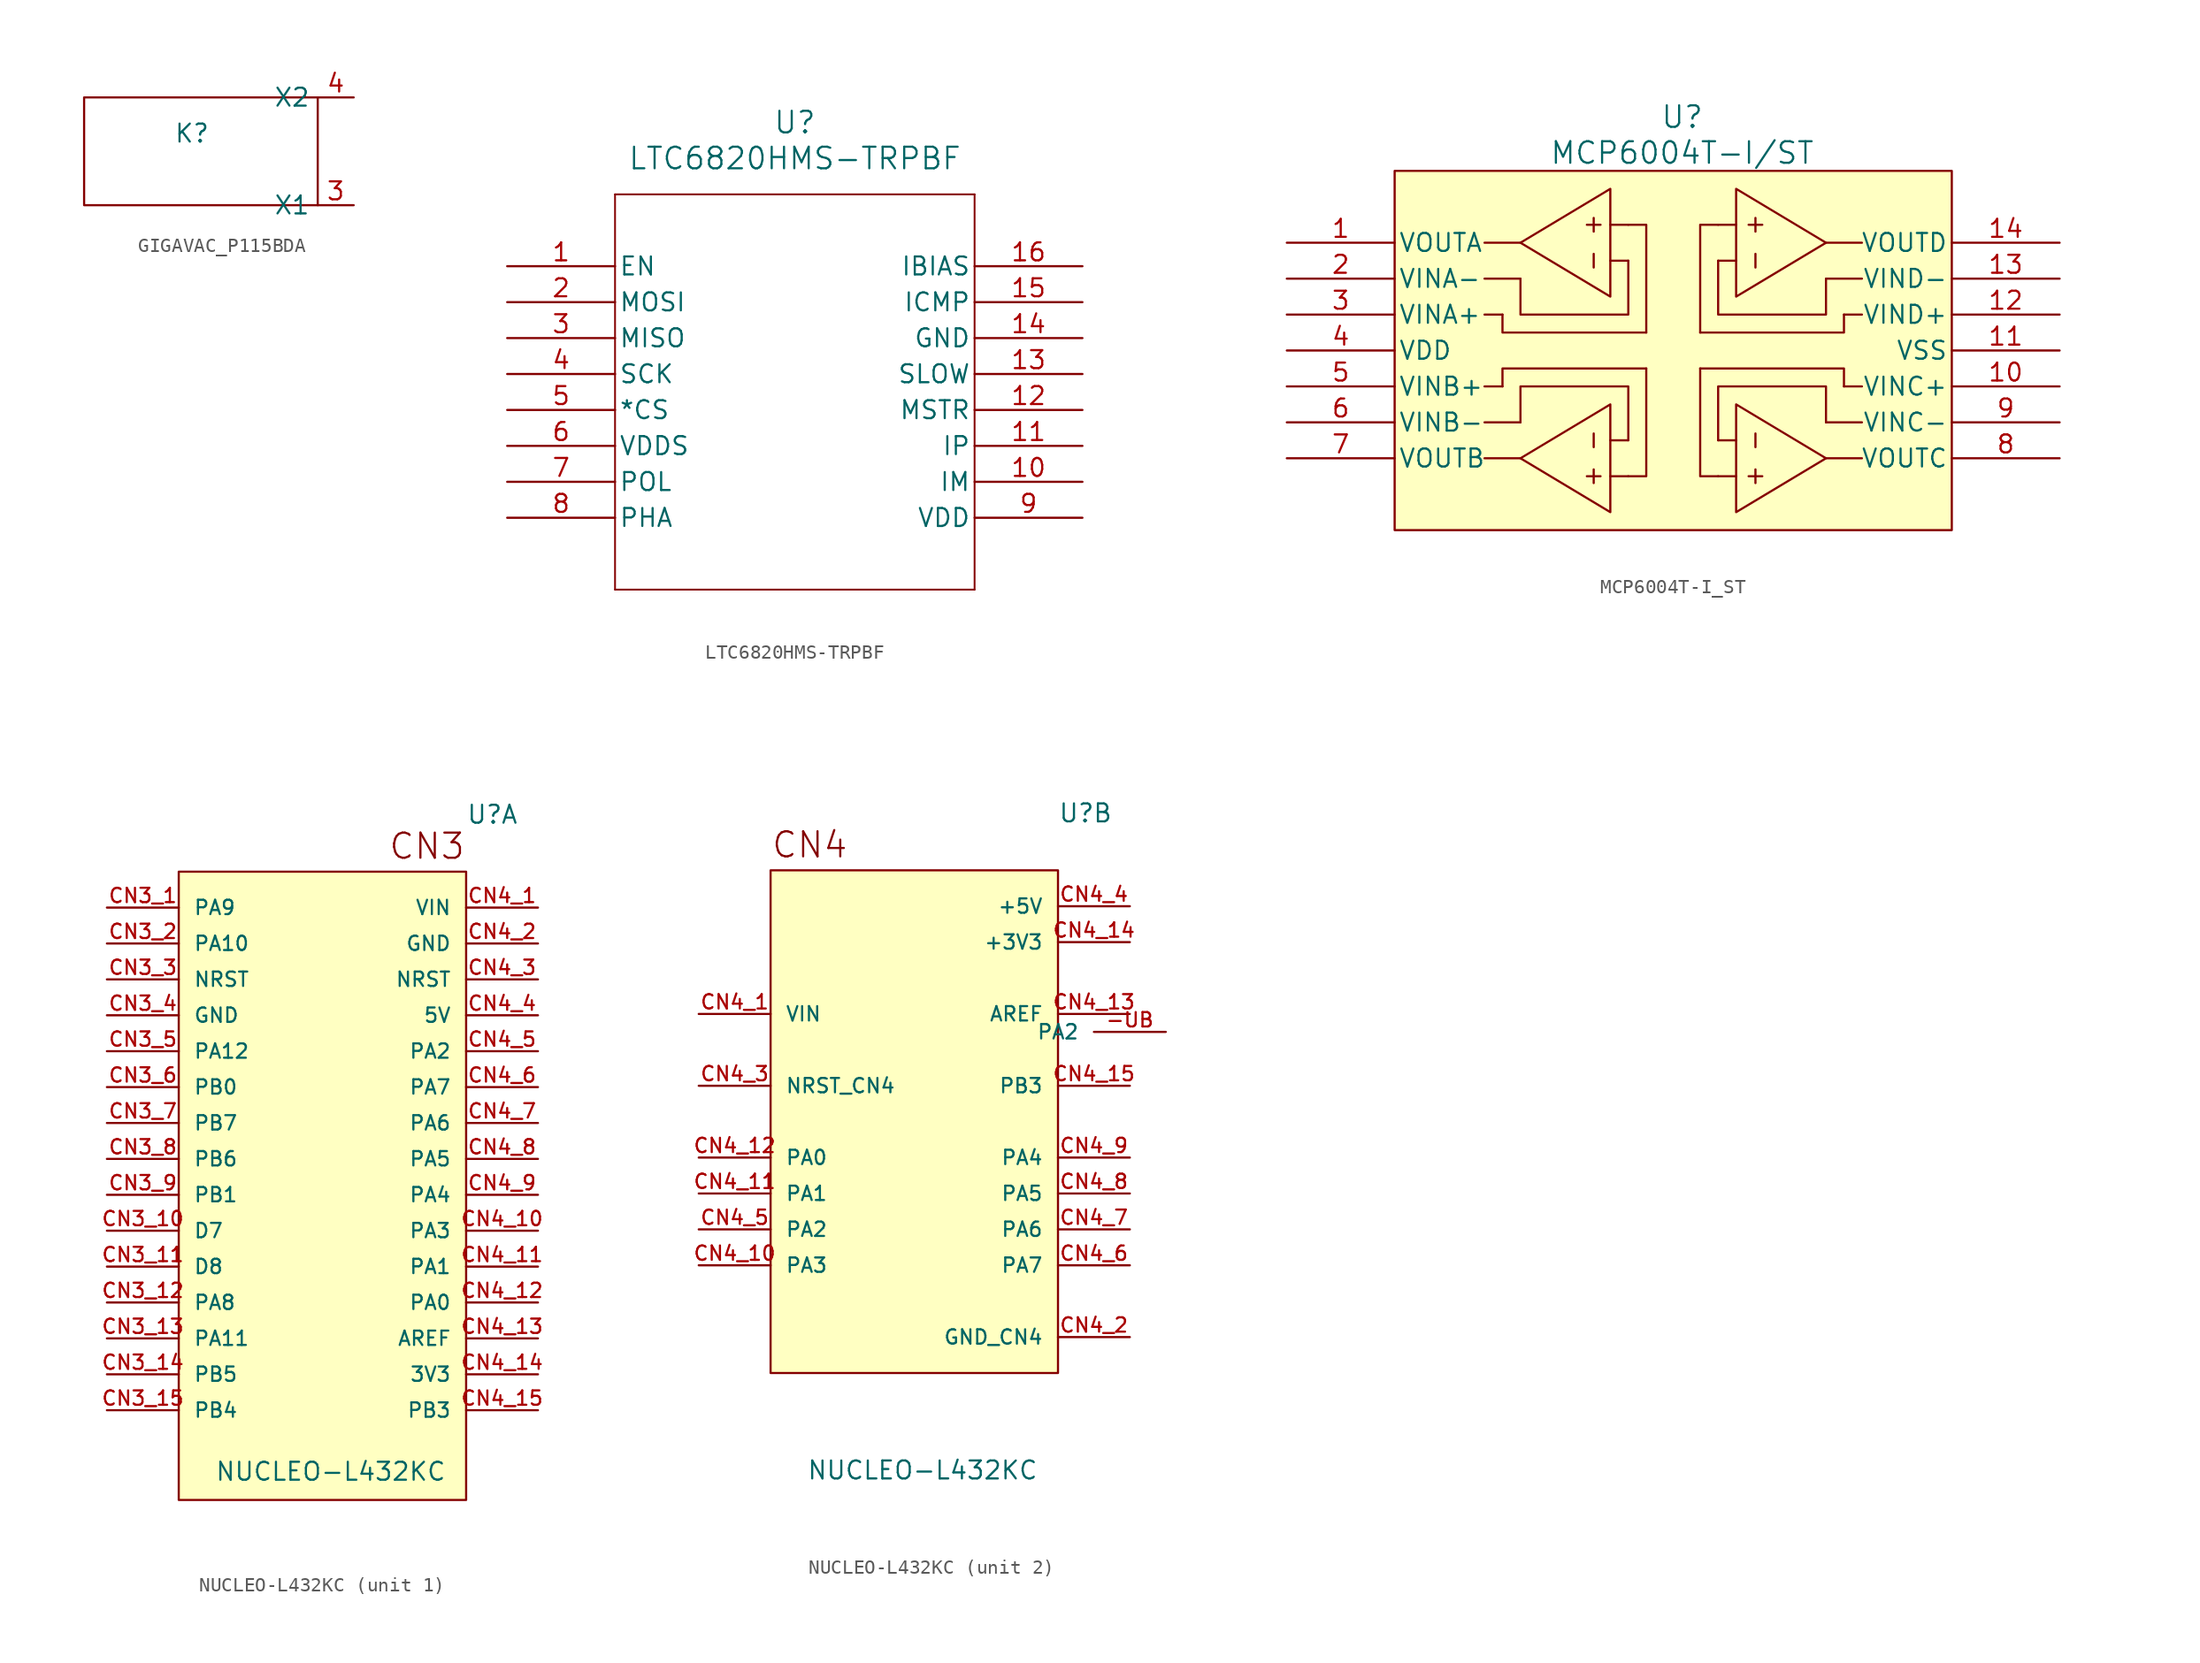
<source format=kicad_sym>
(kicad_symbol_lib
  (version 20220914)
  (generator kicad_symbol_editor)
  (symbol "GIGAVAC_P115BDA"
    (property "Reference" "K"
      (at 0 0 0)
      (effects (font (size 1.27 1.27))))
    (property "Value" ""
      (at 0 0 0)
      (effects (font (size 1.27 1.27))))
    (symbol "GIGAVAC_P115BDA_0_1"
      (rectangle (start -7.62 2.54) (end 8.89 -5.08) (stroke (width 0) (type default)) (fill (type none))))
    (symbol "GIGAVAC_P115BDA_1_1"
      (pin bidirectional line (at 11.43 -5.08 180) (length 2.54) (name "X1" (effects (font (size 1.27 1.27)))) (number "3" (effects (font (size 1.27 1.27)))))
      (pin bidirectional line (at 11.43 2.54 180) (length 2.54) (name "X2" (effects (font (size 1.27 1.27)))) (number "4" (effects (font (size 1.27 1.27)))))))
  (symbol "LTC6820HMS-TRPBF"
    (pin_names
      (offset 0.254))
    (property "Reference" "U"
      (at 20.32 10.16 0)
      (effects (font (size 1.524 1.524))))
    (property "Value" "LTC6820HMS-TRPBF"
      (at 20.32 7.62 0)
      (effects (font (size 1.524 1.524))))
    (symbol "LTC6820HMS-TRPBF_0_1"
      (polyline (pts (xy 7.62 -22.86) (xy 33.02 -22.86)) (stroke (width 0.127) (type default)) (fill (type none)))
      (polyline (pts (xy 7.62 5.08) (xy 7.62 -22.86)) (stroke (width 0.127) (type default)) (fill (type none)))
      (polyline (pts (xy 33.02 -22.86) (xy 33.02 5.08)) (stroke (width 0.127) (type default)) (fill (type none)))
      (polyline (pts (xy 33.02 5.08) (xy 7.62 5.08)) (stroke (width 0.127) (type default)) (fill (type none)))
      (pin input line (at 0 0 0) (length 7.62) (name "EN" (effects (font (size 1.27 1.27)))) (number "1" (effects (font (size 1.27 1.27)))))
      (pin bidirectional line (at 40.64 -15.24 180) (length 7.62) (name "IM" (effects (font (size 1.27 1.27)))) (number "10" (effects (font (size 1.27 1.27)))))
      (pin bidirectional line (at 40.64 -12.7 180) (length 7.62) (name "IP" (effects (font (size 1.27 1.27)))) (number "11" (effects (font (size 1.27 1.27)))))
      (pin input line (at 40.64 -10.16 180) (length 7.62) (name "MSTR" (effects (font (size 1.27 1.27)))) (number "12" (effects (font (size 1.27 1.27)))))
      (pin input line (at 40.64 -7.62 180) (length 7.62) (name "SLOW" (effects (font (size 1.27 1.27)))) (number "13" (effects (font (size 1.27 1.27)))))
      (pin power_out line (at 40.64 -5.08 180) (length 7.62) (name "GND" (effects (font (size 1.27 1.27)))) (number "14" (effects (font (size 1.27 1.27)))))
      (pin unspecified line (at 40.64 -2.54 180) (length 7.62) (name "ICMP" (effects (font (size 1.27 1.27)))) (number "15" (effects (font (size 1.27 1.27)))))
      (pin power_in line (at 40.64 0 180) (length 7.62) (name "IBIAS" (effects (font (size 1.27 1.27)))) (number "16" (effects (font (size 1.27 1.27)))))
      (pin bidirectional line (at 0 -2.54 0) (length 7.62) (name "MOSI" (effects (font (size 1.27 1.27)))) (number "2" (effects (font (size 1.27 1.27)))))
      (pin bidirectional line (at 0 -5.08 0) (length 7.62) (name "MISO" (effects (font (size 1.27 1.27)))) (number "3" (effects (font (size 1.27 1.27)))))
      (pin bidirectional line (at 0 -7.62 0) (length 7.62) (name "SCK" (effects (font (size 1.27 1.27)))) (number "4" (effects (font (size 1.27 1.27)))))
      (pin bidirectional line (at 0 -10.16 0) (length 7.62) (name "*CS" (effects (font (size 1.27 1.27)))) (number "5" (effects (font (size 1.27 1.27)))))
      (pin power_in line (at 0 -12.7 0) (length 7.62) (name "VDDS" (effects (font (size 1.27 1.27)))) (number "6" (effects (font (size 1.27 1.27)))))
      (pin input line (at 0 -15.24 0) (length 7.62) (name "POL" (effects (font (size 1.27 1.27)))) (number "7" (effects (font (size 1.27 1.27)))))
      (pin input line (at 0 -17.78 0) (length 7.62) (name "PHA" (effects (font (size 1.27 1.27)))) (number "8" (effects (font (size 1.27 1.27)))))
      (pin power_in line (at 40.64 -17.78 180) (length 7.62) (name "VDD" (effects (font (size 1.27 1.27)))) (number "9" (effects (font (size 1.27 1.27)))))))
  (symbol "MCP6004T-I_ST"
    (pin_names
      (offset 0.254))
    (property "Reference" "U"
      (at 20.32 3.81 0)
      (effects (font (size 1.524 1.524))))
    (property "Value" "MCP6004T-I/ST"
      (at 20.32 1.27 0)
      (effects (font (size 1.524 1.524))))
    (symbol "MCP6004T-I_ST_0_1"
      (polyline (pts (xy 8.89 -20.32) (xy 15.24 -24.13) (xy 15.24 -16.51) (xy 8.89 -20.32)) (stroke (width 0) (type default)) (fill (type none)))
      (polyline (pts (xy 8.89 -5.08) (xy 15.24 -8.89) (xy 15.24 -1.27) (xy 8.89 -5.08)) (stroke (width 0) (type default)) (fill (type none)))
      (polyline (pts (xy 30.48 -20.32) (xy 24.13 -16.51) (xy 24.13 -24.13) (xy 30.48 -20.32)) (stroke (width 0) (type default)) (fill (type none)))
      (polyline (pts (xy 30.48 -5.08) (xy 24.13 -1.27) (xy 24.13 -8.89) (xy 30.48 -5.08)) (stroke (width 0) (type default)) (fill (type none))))
    (symbol "MCP6004T-I_ST_1_1"
      (polyline (pts (xy 6.35 -17.78) (xy 8.89 -17.78)) (stroke (width 0) (type default)) (fill (type none)))
      (polyline (pts (xy 6.35 -15.24) (xy 7.62 -15.24)) (stroke (width 0) (type default)) (fill (type none)))
      (polyline (pts (xy 6.35 -10.16) (xy 7.62 -10.16)) (stroke (width 0) (type default)) (fill (type none)))
      (polyline (pts (xy 6.35 -7.62) (xy 8.89 -7.62)) (stroke (width 0) (type default)) (fill (type none)))
      (polyline (pts (xy 8.89 -20.32) (xy 6.35 -20.32)) (stroke (width 0) (type default)) (fill (type none)))
      (polyline (pts (xy 8.89 -5.08) (xy 6.35 -5.08)) (stroke (width 0) (type default)) (fill (type none)))
      (polyline (pts (xy 15.24 -21.59) (xy 16.51 -21.59)) (stroke (width 0) (type default)) (fill (type none)))
      (polyline (pts (xy 15.24 -19.05) (xy 16.51 -19.05)) (stroke (width 0) (type default)) (fill (type none)))
      (polyline (pts (xy 15.24 -6.35) (xy 16.51 -6.35)) (stroke (width 0) (type default)) (fill (type none)))
      (polyline (pts (xy 15.24 -3.81) (xy 16.51 -3.81)) (stroke (width 0) (type default)) (fill (type none)))
      (polyline (pts (xy 24.13 -21.59) (xy 22.86 -21.59)) (stroke (width 0) (type default)) (fill (type none)))
      (polyline (pts (xy 24.13 -19.05) (xy 22.86 -19.05)) (stroke (width 0) (type default)) (fill (type none)))
      (polyline (pts (xy 24.13 -6.35) (xy 22.86 -6.35)) (stroke (width 0) (type default)) (fill (type none)))
      (polyline (pts (xy 24.13 -3.81) (xy 22.86 -3.81)) (stroke (width 0) (type default)) (fill (type none)))
      (polyline (pts (xy 30.48 -20.32) (xy 33.02 -20.32)) (stroke (width 0) (type default)) (fill (type none)))
      (polyline (pts (xy 30.48 -5.08) (xy 33.02 -5.08)) (stroke (width 0) (type default)) (fill (type none)))
      (polyline (pts (xy 33.02 -17.78) (xy 30.48 -17.78)) (stroke (width 0) (type default)) (fill (type none)))
      (polyline (pts (xy 33.02 -15.24) (xy 31.75 -15.24)) (stroke (width 0) (type default)) (fill (type none)))
      (polyline (pts (xy 33.02 -10.16) (xy 31.75 -10.16)) (stroke (width 0) (type default)) (fill (type none)))
      (polyline (pts (xy 33.02 -7.62) (xy 30.48 -7.62)) (stroke (width 0) (type default)) (fill (type none)))
      (polyline (pts (xy 7.62 -15.24) (xy 7.62 -13.97) (xy 17.78 -13.97)) (stroke (width 0) (type default)) (fill (type none)))
      (polyline (pts (xy 17.78 -13.97) (xy 17.78 -21.59) (xy 16.51 -21.59)) (stroke (width 0) (type default)) (fill (type none)))
      (polyline (pts (xy 17.78 -11.43) (xy 7.62 -11.43) (xy 7.62 -10.16)) (stroke (width 0) (type default)) (fill (type none)))
      (polyline (pts (xy 17.78 -11.43) (xy 17.78 -3.81) (xy 16.51 -3.81)) (stroke (width 0) (type default)) (fill (type none)))
      (polyline (pts (xy 21.59 -13.97) (xy 21.59 -21.59) (xy 22.86 -21.59)) (stroke (width 0) (type default)) (fill (type none)))
      (polyline (pts (xy 21.59 -13.97) (xy 31.75 -13.97) (xy 31.75 -15.24)) (stroke (width 0) (type default)) (fill (type none)))
      (polyline (pts (xy 21.59 -11.43) (xy 21.59 -3.81) (xy 22.86 -3.81)) (stroke (width 0) (type default)) (fill (type none)))
      (polyline (pts (xy 31.75 -10.16) (xy 31.75 -11.43) (xy 21.59 -11.43)) (stroke (width 0) (type default)) (fill (type none)))
      (polyline (pts (xy 8.89 -17.78) (xy 8.89 -15.24) (xy 16.51 -15.24) (xy 16.51 -19.05)) (stroke (width 0) (type default)) (fill (type none)))
      (polyline (pts (xy 16.51 -6.35) (xy 16.51 -10.16) (xy 8.89 -10.16) (xy 8.89 -7.62)) (stroke (width 0) (type default)) (fill (type none)))
      (polyline (pts (xy 22.86 -19.05) (xy 22.86 -15.24) (xy 30.48 -15.24) (xy 30.48 -17.78)) (stroke (width 0) (type default)) (fill (type none)))
      (polyline (pts (xy 30.48 -7.62) (xy 30.48 -10.16) (xy 22.86 -10.16) (xy 22.86 -6.35)) (stroke (width 0) (type default)) (fill (type none)))
      (rectangle (start 0 0) (end 39.37 -25.4) (stroke (width 0) (type default)) (fill (type background)))
      (text "+" (at 13.97 -21.59 900) (effects (font (size 1.27 1.27))))
      (text "+" (at 13.97 -3.81 900) (effects (font (size 1.27 1.27))))
      (text "+" (at 25.4 -21.59 900) (effects (font (size 1.27 1.27))))
      (text "+" (at 25.4 -3.81 900) (effects (font (size 1.27 1.27))))
      (text "-" (at 13.97 -19.05 900) (effects (font (size 1.27 1.27))))
      (text "-" (at 13.97 -6.35 900) (effects (font (size 1.27 1.27))))
      (text "-" (at 25.4 -19.05 900) (effects (font (size 1.27 1.27))))
      (text "-" (at 25.4 -6.35 900) (effects (font (size 1.27 1.27))))
      (pin output line (at -7.62 -5.08 0) (length 7.62) (name "VOUTA" (effects (font (size 1.27 1.27)))) (number "1" (effects (font (size 1.27 1.27)))))
      (pin input line (at 46.99 -15.24 180) (length 7.62) (name "VINC+" (effects (font (size 1.27 1.27)))) (number "10" (effects (font (size 1.27 1.27)))))
      (pin unspecified line (at 46.99 -12.7 180) (length 7.62) (name "VSS" (effects (font (size 1.27 1.27)))) (number "11" (effects (font (size 1.27 1.27)))))
      (pin input line (at 46.99 -10.16 180) (length 7.62) (name "VIND+" (effects (font (size 1.27 1.27)))) (number "12" (effects (font (size 1.27 1.27)))))
      (pin input line (at 46.99 -7.62 180) (length 7.62) (name "VIND-" (effects (font (size 1.27 1.27)))) (number "13" (effects (font (size 1.27 1.27)))))
      (pin output line (at 46.99 -5.08 180) (length 7.62) (name "VOUTD" (effects (font (size 1.27 1.27)))) (number "14" (effects (font (size 1.27 1.27)))))
      (pin input line (at -7.62 -7.62 0) (length 7.62) (name "VINA-" (effects (font (size 1.27 1.27)))) (number "2" (effects (font (size 1.27 1.27)))))
      (pin input line (at -7.62 -10.16 0) (length 7.62) (name "VINA+" (effects (font (size 1.27 1.27)))) (number "3" (effects (font (size 1.27 1.27)))))
      (pin unspecified line (at -7.62 -12.7 0) (length 7.62) (name "VDD" (effects (font (size 1.27 1.27)))) (number "4" (effects (font (size 1.27 1.27)))))
      (pin input line (at -7.62 -15.24 0) (length 7.62) (name "VINB+" (effects (font (size 1.27 1.27)))) (number "5" (effects (font (size 1.27 1.27)))))
      (pin input line (at -7.62 -17.78 0) (length 7.62) (name "VINB-" (effects (font (size 1.27 1.27)))) (number "6" (effects (font (size 1.27 1.27)))))
      (pin output line (at -7.62 -20.32 0) (length 7.62) (name "VOUTB" (effects (font (size 1.27 1.27)))) (number "7" (effects (font (size 1.27 1.27)))))
      (pin output line (at 46.99 -20.32 180) (length 7.62) (name "VOUTC" (effects (font (size 1.27 1.27)))) (number "8" (effects (font (size 1.27 1.27)))))
      (pin input line (at 46.99 -17.78 180) (length 7.62) (name "VINC-" (effects (font (size 1.27 1.27)))) (number "9" (effects (font (size 1.27 1.27)))))))
  (symbol "NUCLEO-L432KC"
    (pin_names
      (offset 1.016))
    (property "Reference" "U"
      (at 10.16 21.082 0)
      (effects (font (size 1.27 1.27)) (justify left bottom)))
    (property "Value" "NUCLEO-L432KC"
      (at -7.62 -25.4 0)
      (effects (font (size 1.27 1.27)) (justify left bottom)))
    (symbol "NUCLEO-L432KC_1_0"
      (rectangle (start -10.16 17.78) (end 10.16 -26.67) (stroke (width 0.152) (type default)) (fill (type background)))
      (text "CN3" (at 10.16 18.542 0) (effects (font (size 1.778 1.778)) (justify right bottom)))
      (pin bidirectional line (at -15.24 15.24 0) (length 5.08) (name "PA9" (effects (font (size 1.016 1.016)))) (number "CN3_1" (effects (font (size 1.016 1.016)))))
      (pin bidirectional line (at -15.24 -12.7 0) (length 5.08) (name "PA8" (effects (font (size 1.016 1.016)))) (number "CN3_12" (effects (font (size 1.016 1.016)))))
      (pin bidirectional line (at -15.24 -15.24 0) (length 5.08) (name "PA11" (effects (font (size 1.016 1.016)))) (number "CN3_13" (effects (font (size 1.016 1.016)))))
      (pin bidirectional line (at -15.24 -17.78 0) (length 5.08) (name "PB5" (effects (font (size 1.016 1.016)))) (number "CN3_14" (effects (font (size 1.016 1.016)))))
      (pin bidirectional line (at -15.24 -20.32 0) (length 5.08) (name "PB4" (effects (font (size 1.016 1.016)))) (number "CN3_15" (effects (font (size 1.016 1.016)))))
      (pin bidirectional line (at -15.24 12.7 0) (length 5.08) (name "PA10" (effects (font (size 1.016 1.016)))) (number "CN3_2" (effects (font (size 1.016 1.016)))))
      (pin bidirectional line (at -15.24 5.08 0) (length 5.08) (name "PA12" (effects (font (size 1.016 1.016)))) (number "CN3_5" (effects (font (size 1.016 1.016)))))
      (pin bidirectional line (at -15.24 2.54 0) (length 5.08) (name "PB0" (effects (font (size 1.016 1.016)))) (number "CN3_6" (effects (font (size 1.016 1.016)))))
      (pin bidirectional line (at -15.24 0 0) (length 5.08) (name "PB7" (effects (font (size 1.016 1.016)))) (number "CN3_7" (effects (font (size 1.016 1.016)))))
      (pin bidirectional line (at -15.24 -2.54 0) (length 5.08) (name "PB6" (effects (font (size 1.016 1.016)))) (number "CN3_8" (effects (font (size 1.016 1.016)))))
      (pin bidirectional line (at -15.24 -5.08 0) (length 5.08) (name "PB1" (effects (font (size 1.016 1.016)))) (number "CN3_9" (effects (font (size 1.016 1.016))))))
    (symbol "NUCLEO-L432KC_1_1"
      (pin bidirectional line (at -15.24 -7.62 0) (length 5.08) (name "D7" (effects (font (size 1.016 1.016)))) (number "CN3_10" (effects (font (size 1.016 1.016)))))
      (pin bidirectional line (at -15.24 -10.16 0) (length 5.08) (name "D8" (effects (font (size 1.016 1.016)))) (number "CN3_11" (effects (font (size 1.016 1.016)))))
      (pin bidirectional line (at -15.24 10.16 0) (length 5.08) (name "NRST" (effects (font (size 1.016 1.016)))) (number "CN3_3" (effects (font (size 1.016 1.016)))))
      (pin power_in line (at -15.24 7.62 0) (length 5.08) (name "GND" (effects (font (size 1.016 1.016)))) (number "CN3_4" (effects (font (size 1.016 1.016)))))
      (pin power_in line (at 15.24 15.24 180) (length 5.08) (name "VIN" (effects (font (size 1.016 1.016)))) (number "CN4_1" (effects (font (size 1.016 1.016)))))
      (pin bidirectional line (at 15.24 -7.62 180) (length 5.08) (name "PA3" (effects (font (size 1.016 1.016)))) (number "CN4_10" (effects (font (size 1.016 1.016)))))
      (pin bidirectional line (at 15.24 -10.16 180) (length 5.08) (name "PA1" (effects (font (size 1.016 1.016)))) (number "CN4_11" (effects (font (size 1.016 1.016)))))
      (pin bidirectional line (at 15.24 -12.7 180) (length 5.08) (name "PA0" (effects (font (size 1.016 1.016)))) (number "CN4_12" (effects (font (size 1.016 1.016)))))
      (pin bidirectional line (at 15.24 -15.24 180) (length 5.08) (name "AREF" (effects (font (size 1.016 1.016)))) (number "CN4_13" (effects (font (size 1.016 1.016)))))
      (pin power_out line (at 15.24 -17.78 180) (length 5.08) (name "3V3" (effects (font (size 1.016 1.016)))) (number "CN4_14" (effects (font (size 1.016 1.016)))))
      (pin bidirectional line (at 15.24 -20.32 180) (length 5.08) (name "PB3" (effects (font (size 1.016 1.016)))) (number "CN4_15" (effects (font (size 1.016 1.016)))))
      (pin power_in line (at 15.24 12.7 180) (length 5.08) (name "GND" (effects (font (size 1.016 1.016)))) (number "CN4_2" (effects (font (size 1.016 1.016)))))
      (pin bidirectional line (at 15.24 10.16 180) (length 5.08) (name "NRST" (effects (font (size 1.016 1.016)))) (number "CN4_3" (effects (font (size 1.016 1.016)))))
      (pin power_out line (at 15.24 7.62 180) (length 5.08) (name "5V" (effects (font (size 1.016 1.016)))) (number "CN4_4" (effects (font (size 1.016 1.016)))))
      (pin bidirectional line (at 15.24 5.08 180) (length 5.08) (name "PA2" (effects (font (size 1.016 1.016)))) (number "CN4_5" (effects (font (size 1.016 1.016)))))
      (pin bidirectional line (at 15.24 2.54 180) (length 5.08) (name "PA7" (effects (font (size 1.016 1.016)))) (number "CN4_6" (effects (font (size 1.016 1.016)))))
      (pin bidirectional line (at 15.24 0 180) (length 5.08) (name "PA6" (effects (font (size 1.016 1.016)))) (number "CN4_7" (effects (font (size 1.016 1.016)))))
      (pin bidirectional line (at 15.24 -2.54 180) (length 5.08) (name "PA5" (effects (font (size 1.016 1.016)))) (number "CN4_8" (effects (font (size 1.016 1.016)))))
      (pin bidirectional line (at 15.24 -5.08 180) (length 5.08) (name "PA4" (effects (font (size 1.016 1.016)))) (number "CN4_9" (effects (font (size 1.016 1.016))))))
    (symbol "NUCLEO-L432KC_2_0"
      (rectangle (start -10.16 -17.78) (end 10.16 17.78) (stroke (width 0.152) (type default)) (fill (type background)))
      (text "CN4" (at -10.16 18.542 0) (effects (font (size 1.778 1.778)) (justify left bottom)))
      (pin input line (at -15.24 7.62 0) (length 5.08) (name "VIN" (effects (font (size 1.016 1.016)))) (number "CN4_1" (effects (font (size 1.016 1.016)))))
      (pin bidirectional line (at -15.24 -10.16 0) (length 5.08) (name "PA3" (effects (font (size 1.016 1.016)))) (number "CN4_10" (effects (font (size 1.016 1.016)))))
      (pin bidirectional line (at -15.24 -5.08 0) (length 5.08) (name "PA1" (effects (font (size 1.016 1.016)))) (number "CN4_11" (effects (font (size 1.016 1.016)))))
      (pin bidirectional line (at -15.24 -2.54 0) (length 5.08) (name "PA0" (effects (font (size 1.016 1.016)))) (number "CN4_12" (effects (font (size 1.016 1.016)))))
      (pin bidirectional line (at 15.24 7.62 180) (length 5.08) (name "AREF" (effects (font (size 1.016 1.016)))) (number "CN4_13" (effects (font (size 1.016 1.016)))))
      (pin power_in line (at 15.24 12.7 180) (length 5.08) (name "+3V3" (effects (font (size 1.016 1.016)))) (number "CN4_14" (effects (font (size 1.016 1.016)))))
      (pin bidirectional line (at 15.24 2.54 180) (length 5.08) (name "PB3" (effects (font (size 1.016 1.016)))) (number "CN4_15" (effects (font (size 1.016 1.016)))))
      (pin power_in line (at 15.24 -15.24 180) (length 5.08) (name "GND_CN4" (effects (font (size 1.016 1.016)))) (number "CN4_2" (effects (font (size 1.016 1.016)))))
      (pin bidirectional line (at -15.24 2.54 0) (length 5.08) (name "NRST_CN4" (effects (font (size 1.016 1.016)))) (number "CN4_3" (effects (font (size 1.016 1.016)))))
      (pin power_in line (at 15.24 15.24 180) (length 5.08) (name "+5V" (effects (font (size 1.016 1.016)))) (number "CN4_4" (effects (font (size 1.016 1.016)))))
      (pin bidirectional line (at -15.24 -7.62 0) (length 5.08) (name "PA2" (effects (font (size 1.016 1.016)))) (number "CN4_5" (effects (font (size 1.016 1.016)))))
      (pin bidirectional line (at 15.24 -10.16 180) (length 5.08) (name "PA7" (effects (font (size 1.016 1.016)))) (number "CN4_6" (effects (font (size 1.016 1.016)))))
      (pin bidirectional line (at 15.24 -7.62 180) (length 5.08) (name "PA6" (effects (font (size 1.016 1.016)))) (number "CN4_7" (effects (font (size 1.016 1.016)))))
      (pin bidirectional line (at 15.24 -5.08 180) (length 5.08) (name "PA5" (effects (font (size 1.016 1.016)))) (number "CN4_8" (effects (font (size 1.016 1.016)))))
      (pin bidirectional line (at 15.24 -2.54 180) (length 5.08) (name "PA4" (effects (font (size 1.016 1.016)))) (number "CN4_9" (effects (font (size 1.016 1.016))))))
    (symbol "NUCLEO-L432KC_2_1"
      (pin bidirectional line (at 17.78 6.35 180) (length 5.08) (name "PA2" (effects (font (size 1.016 1.016)))) (number "-UB" (effects (font (size 1.016 1.016))))))))
</source>
